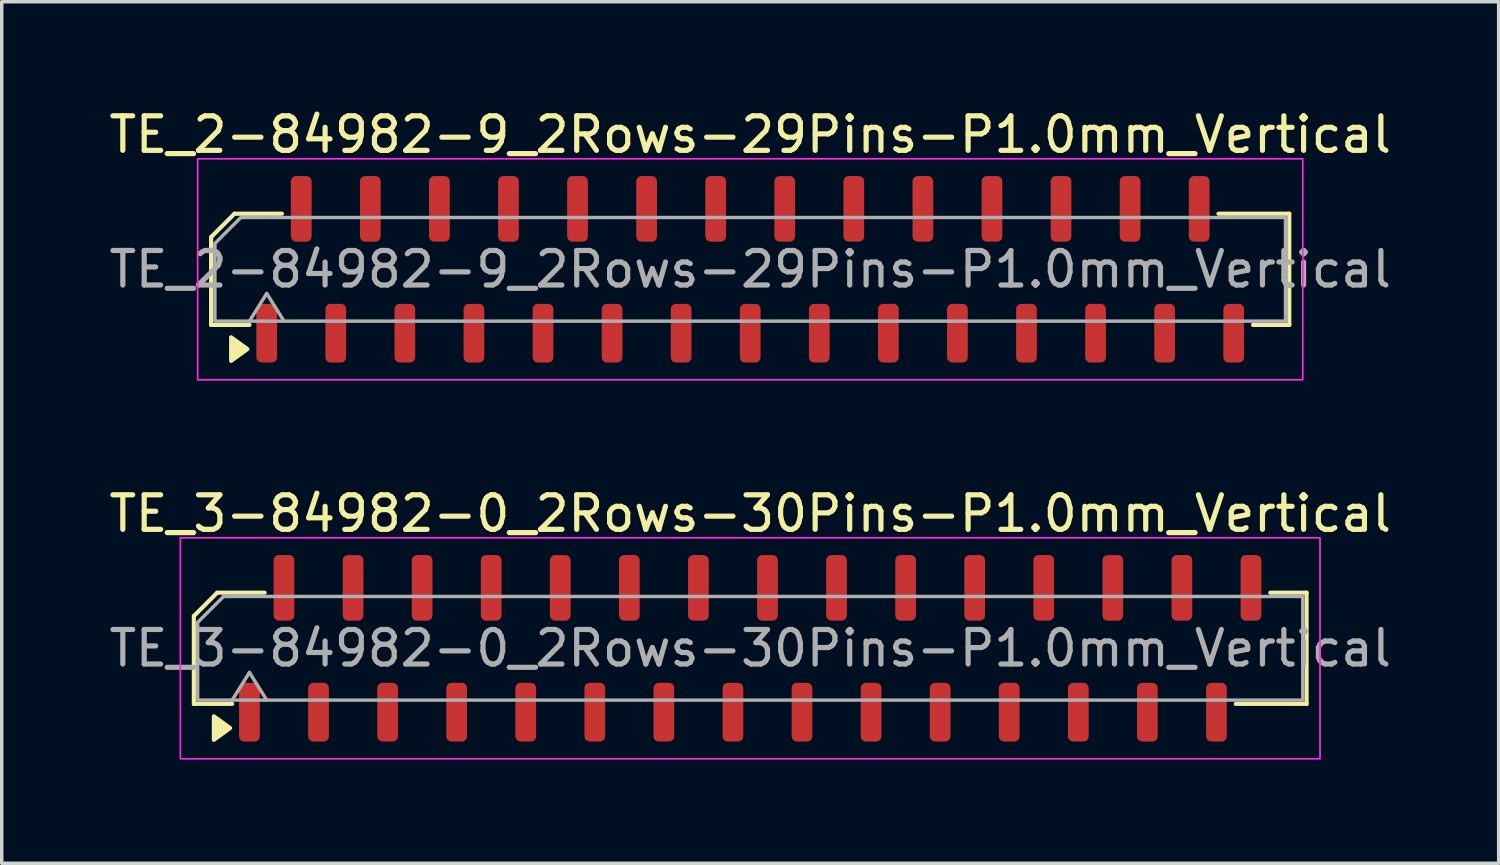
<source format=kicad_pcb>
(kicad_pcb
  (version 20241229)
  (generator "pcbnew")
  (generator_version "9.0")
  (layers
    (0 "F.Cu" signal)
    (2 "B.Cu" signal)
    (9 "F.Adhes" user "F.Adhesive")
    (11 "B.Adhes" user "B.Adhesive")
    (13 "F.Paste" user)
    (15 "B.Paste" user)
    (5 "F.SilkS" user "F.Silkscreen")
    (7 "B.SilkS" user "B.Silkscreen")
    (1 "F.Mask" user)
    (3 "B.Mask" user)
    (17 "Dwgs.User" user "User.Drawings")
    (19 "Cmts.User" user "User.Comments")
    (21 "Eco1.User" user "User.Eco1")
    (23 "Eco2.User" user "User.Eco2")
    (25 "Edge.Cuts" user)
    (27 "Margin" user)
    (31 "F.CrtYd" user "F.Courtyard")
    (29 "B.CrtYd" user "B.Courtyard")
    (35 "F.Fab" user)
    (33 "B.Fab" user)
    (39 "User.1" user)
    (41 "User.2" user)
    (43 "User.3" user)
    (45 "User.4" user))
  (footprint "TE_3-84982-0_2Rows-30Pins-P1.0mm_Vertical"
    (layer "F.Cu")
    (at 18.673 15.722)
    (property "Reference" "TE_3-84982-0_2Rows-30Pins-P1.0mm_Vertical" (at 0 -3.9 0) (layer "F.SilkS") (effects (font (size 1 1) (thickness 0.15))))
    (attr smd)
    (fp_line (start -16.11 -0.934) (end -16.11 1.61) (stroke (width 0.12) (type solid)) (layer "F.SilkS"))
    (fp_line (start -16.11 1.61) (end -15 1.61) (stroke (width 0.12) (type solid)) (layer "F.SilkS"))
    (fp_line (start -15.434 -1.61) (end -16.11 -0.934) (stroke (width 0.12) (type solid)) (layer "F.SilkS"))
    (fp_line (start -14.06 -1.61) (end -15.434 -1.61) (stroke (width 0.12) (type solid)) (layer "F.SilkS"))
    (fp_line (start 14.06 1.61) (end 16.11 1.61) (stroke (width 0.12) (type solid)) (layer "F.SilkS"))
    (fp_line (start 16.11 -1.61) (end 15.06 -1.61) (stroke (width 0.12) (type solid)) (layer "F.SilkS"))
    (fp_line (start 16.11 1.61) (end 16.11 -1.61) (stroke (width 0.12) (type solid)) (layer "F.SilkS"))
    (fp_poly (pts (xy -15.06 2.31) (xy -15.53 2.65) (xy -15.53 1.97)) (stroke (width 0.12) (type solid)) (fill yes) (layer "F.SilkS"))
    (fp_rect (start -16.5 3.2) (end 16.5 -3.2) (stroke (width 0.05) (type solid)) (fill no) (layer "F.CrtYd"))
    (fp_line (start -15 1.5) (end -14.5 0.7) (stroke (width 0.1) (type solid)) (layer "F.Fab"))
    (fp_line (start -14.5 0.7) (end -14 1.5) (stroke (width 0.1) (type solid)) (layer "F.Fab"))
    (fp_poly (pts (xy -16 -0.75) (xy -16 1.5) (xy 16 1.5) (xy 16 -1.5) (xy -15.25 -1.5)) (stroke (width 0.1) (type solid)) (fill no) (layer "F.Fab"))
    (fp_text user "${REFERENCE}" (at 0 0 0) (layer "F.Fab") (effects (font (size 1 1) (thickness 0.15))))
    (pad "1" smd roundrect (at -14.5 1.85) (size 0.6 1.7) (layers "F.Cu" "F.Mask" "F.Paste") (roundrect_rratio 0.25))
    (pad "2" smd roundrect (at -13.5 -1.75) (size 0.6 1.9) (layers "F.Cu" "F.Mask" "F.Paste") (roundrect_rratio 0.25))
    (pad "3" smd roundrect (at -12.5 1.85) (size 0.6 1.7) (layers "F.Cu" "F.Mask" "F.Paste") (roundrect_rratio 0.25))
    (pad "4" smd roundrect (at -11.5 -1.75) (size 0.6 1.9) (layers "F.Cu" "F.Mask" "F.Paste") (roundrect_rratio 0.25))
    (pad "5" smd roundrect (at -10.5 1.85) (size 0.6 1.7) (layers "F.Cu" "F.Mask" "F.Paste") (roundrect_rratio 0.25))
    (pad "6" smd roundrect (at -9.5 -1.75) (size 0.6 1.9) (layers "F.Cu" "F.Mask" "F.Paste") (roundrect_rratio 0.25))
    (pad "7" smd roundrect (at -8.5 1.85) (size 0.6 1.7) (layers "F.Cu" "F.Mask" "F.Paste") (roundrect_rratio 0.25))
    (pad "8" smd roundrect (at -7.5 -1.75) (size 0.6 1.9) (layers "F.Cu" "F.Mask" "F.Paste") (roundrect_rratio 0.25))
    (pad "9" smd roundrect (at -6.5 1.85) (size 0.6 1.7) (layers "F.Cu" "F.Mask" "F.Paste") (roundrect_rratio 0.25))
    (pad "10" smd roundrect (at -5.5 -1.75) (size 0.6 1.9) (layers "F.Cu" "F.Mask" "F.Paste") (roundrect_rratio 0.25))
    (pad "11" smd roundrect (at -4.5 1.85) (size 0.6 1.7) (layers "F.Cu" "F.Mask" "F.Paste") (roundrect_rratio 0.25))
    (pad "12" smd roundrect (at -3.5 -1.75) (size 0.6 1.9) (layers "F.Cu" "F.Mask" "F.Paste") (roundrect_rratio 0.25))
    (pad "13" smd roundrect (at -2.5 1.85) (size 0.6 1.7) (layers "F.Cu" "F.Mask" "F.Paste") (roundrect_rratio 0.25))
    (pad "14" smd roundrect (at -1.5 -1.75) (size 0.6 1.9) (layers "F.Cu" "F.Mask" "F.Paste") (roundrect_rratio 0.25))
    (pad "15" smd roundrect (at -0.5 1.85) (size 0.6 1.7) (layers "F.Cu" "F.Mask" "F.Paste") (roundrect_rratio 0.25))
    (pad "16" smd roundrect (at 0.5 -1.75) (size 0.6 1.9) (layers "F.Cu" "F.Mask" "F.Paste") (roundrect_rratio 0.25))
    (pad "17" smd roundrect (at 1.5 1.85) (size 0.6 1.7) (layers "F.Cu" "F.Mask" "F.Paste") (roundrect_rratio 0.25))
    (pad "18" smd roundrect (at 2.5 -1.75) (size 0.6 1.9) (layers "F.Cu" "F.Mask" "F.Paste") (roundrect_rratio 0.25))
    (pad "19" smd roundrect (at 3.5 1.85) (size 0.6 1.7) (layers "F.Cu" "F.Mask" "F.Paste") (roundrect_rratio 0.25))
    (pad "20" smd roundrect (at 4.5 -1.75) (size 0.6 1.9) (layers "F.Cu" "F.Mask" "F.Paste") (roundrect_rratio 0.25))
    (pad "21" smd roundrect (at 5.5 1.85) (size 0.6 1.7) (layers "F.Cu" "F.Mask" "F.Paste") (roundrect_rratio 0.25))
    (pad "22" smd roundrect (at 6.5 -1.75) (size 0.6 1.9) (layers "F.Cu" "F.Mask" "F.Paste") (roundrect_rratio 0.25))
    (pad "23" smd roundrect (at 7.5 1.85) (size 0.6 1.7) (layers "F.Cu" "F.Mask" "F.Paste") (roundrect_rratio 0.25))
    (pad "24" smd roundrect (at 8.5 -1.75) (size 0.6 1.9) (layers "F.Cu" "F.Mask" "F.Paste") (roundrect_rratio 0.25))
    (pad "25" smd roundrect (at 9.5 1.85) (size 0.6 1.7) (layers "F.Cu" "F.Mask" "F.Paste") (roundrect_rratio 0.25))
    (pad "26" smd roundrect (at 10.5 -1.75) (size 0.6 1.9) (layers "F.Cu" "F.Mask" "F.Paste") (roundrect_rratio 0.25))
    (pad "27" smd roundrect (at 11.5 1.85) (size 0.6 1.7) (layers "F.Cu" "F.Mask" "F.Paste") (roundrect_rratio 0.25))
    (pad "28" smd roundrect (at 12.5 -1.75) (size 0.6 1.9) (layers "F.Cu" "F.Mask" "F.Paste") (roundrect_rratio 0.25))
    (pad "29" smd roundrect (at 13.5 1.85) (size 0.6 1.7) (layers "F.Cu" "F.Mask" "F.Paste") (roundrect_rratio 0.25))
    (pad "30" smd roundrect (at 14.5 -1.75) (size 0.6 1.9) (layers "F.Cu" "F.Mask" "F.Paste") (roundrect_rratio 0.25)))
  (footprint "TE_2-84982-9_2Rows-29Pins-P1.0mm_Vertical"
    (layer "F.Cu")
    (at 18.673 4.748)
    (property "Reference" "TE_2-84982-9_2Rows-29Pins-P1.0mm_Vertical" (at 0 -3.9 0) (layer "F.SilkS") (effects (font (size 1 1) (thickness 0.15))))
    (attr smd)
    (fp_line (start -15.61 -0.934) (end -15.61 1.61) (stroke (width 0.12) (type solid)) (layer "F.SilkS"))
    (fp_line (start -15.61 1.61) (end -14.5 1.61) (stroke (width 0.12) (type solid)) (layer "F.SilkS"))
    (fp_line (start -14.934 -1.61) (end -15.61 -0.934) (stroke (width 0.12) (type solid)) (layer "F.SilkS"))
    (fp_line (start -13.56 -1.61) (end -14.934 -1.61) (stroke (width 0.12) (type solid)) (layer "F.SilkS"))
    (fp_line (start 14.56 1.61) (end 15.61 1.61) (stroke (width 0.12) (type solid)) (layer "F.SilkS"))
    (fp_line (start 15.61 -1.61) (end 13.56 -1.61) (stroke (width 0.12) (type solid)) (layer "F.SilkS"))
    (fp_line (start 15.61 1.61) (end 15.61 -1.61) (stroke (width 0.12) (type solid)) (layer "F.SilkS"))
    (fp_poly (pts (xy -14.56 2.31) (xy -15.03 2.65) (xy -15.03 1.97)) (stroke (width 0.12) (type solid)) (fill yes) (layer "F.SilkS"))
    (fp_rect (start -16 3.2) (end 16 -3.2) (stroke (width 0.05) (type solid)) (fill no) (layer "F.CrtYd"))
    (fp_line (start -14.5 1.5) (end -14 0.7) (stroke (width 0.1) (type solid)) (layer "F.Fab"))
    (fp_line (start -14 0.7) (end -13.5 1.5) (stroke (width 0.1) (type solid)) (layer "F.Fab"))
    (fp_poly (pts (xy -15.5 -0.75) (xy -15.5 1.5) (xy 15.5 1.5) (xy 15.5 -1.5) (xy -14.75 -1.5)) (stroke (width 0.1) (type solid)) (fill no) (layer "F.Fab"))
    (fp_text user "${REFERENCE}" (at 0 0 0) (layer "F.Fab") (effects (font (size 1 1) (thickness 0.15))))
    (pad "1" smd roundrect (at -14 1.85) (size 0.6 1.7) (layers "F.Cu" "F.Mask" "F.Paste") (roundrect_rratio 0.25))
    (pad "2" smd roundrect (at -13 -1.75) (size 0.6 1.9) (layers "F.Cu" "F.Mask" "F.Paste") (roundrect_rratio 0.25))
    (pad "3" smd roundrect (at -12 1.85) (size 0.6 1.7) (layers "F.Cu" "F.Mask" "F.Paste") (roundrect_rratio 0.25))
    (pad "4" smd roundrect (at -11 -1.75) (size 0.6 1.9) (layers "F.Cu" "F.Mask" "F.Paste") (roundrect_rratio 0.25))
    (pad "5" smd roundrect (at -10 1.85) (size 0.6 1.7) (layers "F.Cu" "F.Mask" "F.Paste") (roundrect_rratio 0.25))
    (pad "6" smd roundrect (at -9 -1.75) (size 0.6 1.9) (layers "F.Cu" "F.Mask" "F.Paste") (roundrect_rratio 0.25))
    (pad "7" smd roundrect (at -8 1.85) (size 0.6 1.7) (layers "F.Cu" "F.Mask" "F.Paste") (roundrect_rratio 0.25))
    (pad "8" smd roundrect (at -7 -1.75) (size 0.6 1.9) (layers "F.Cu" "F.Mask" "F.Paste") (roundrect_rratio 0.25))
    (pad "9" smd roundrect (at -6 1.85) (size 0.6 1.7) (layers "F.Cu" "F.Mask" "F.Paste") (roundrect_rratio 0.25))
    (pad "10" smd roundrect (at -5 -1.75) (size 0.6 1.9) (layers "F.Cu" "F.Mask" "F.Paste") (roundrect_rratio 0.25))
    (pad "11" smd roundrect (at -4 1.85) (size 0.6 1.7) (layers "F.Cu" "F.Mask" "F.Paste") (roundrect_rratio 0.25))
    (pad "12" smd roundrect (at -3 -1.75) (size 0.6 1.9) (layers "F.Cu" "F.Mask" "F.Paste") (roundrect_rratio 0.25))
    (pad "13" smd roundrect (at -2 1.85) (size 0.6 1.7) (layers "F.Cu" "F.Mask" "F.Paste") (roundrect_rratio 0.25))
    (pad "14" smd roundrect (at -1 -1.75) (size 0.6 1.9) (layers "F.Cu" "F.Mask" "F.Paste") (roundrect_rratio 0.25))
    (pad "15" smd roundrect (at 0 1.85) (size 0.6 1.7) (layers "F.Cu" "F.Mask" "F.Paste") (roundrect_rratio 0.25))
    (pad "16" smd roundrect (at 1 -1.75) (size 0.6 1.9) (layers "F.Cu" "F.Mask" "F.Paste") (roundrect_rratio 0.25))
    (pad "17" smd roundrect (at 2 1.85) (size 0.6 1.7) (layers "F.Cu" "F.Mask" "F.Paste") (roundrect_rratio 0.25))
    (pad "18" smd roundrect (at 3 -1.75) (size 0.6 1.9) (layers "F.Cu" "F.Mask" "F.Paste") (roundrect_rratio 0.25))
    (pad "19" smd roundrect (at 4 1.85) (size 0.6 1.7) (layers "F.Cu" "F.Mask" "F.Paste") (roundrect_rratio 0.25))
    (pad "20" smd roundrect (at 5 -1.75) (size 0.6 1.9) (layers "F.Cu" "F.Mask" "F.Paste") (roundrect_rratio 0.25))
    (pad "21" smd roundrect (at 6 1.85) (size 0.6 1.7) (layers "F.Cu" "F.Mask" "F.Paste") (roundrect_rratio 0.25))
    (pad "22" smd roundrect (at 7 -1.75) (size 0.6 1.9) (layers "F.Cu" "F.Mask" "F.Paste") (roundrect_rratio 0.25))
    (pad "23" smd roundrect (at 8 1.85) (size 0.6 1.7) (layers "F.Cu" "F.Mask" "F.Paste") (roundrect_rratio 0.25))
    (pad "24" smd roundrect (at 9 -1.75) (size 0.6 1.9) (layers "F.Cu" "F.Mask" "F.Paste") (roundrect_rratio 0.25))
    (pad "25" smd roundrect (at 10 1.85) (size 0.6 1.7) (layers "F.Cu" "F.Mask" "F.Paste") (roundrect_rratio 0.25))
    (pad "26" smd roundrect (at 11 -1.75) (size 0.6 1.9) (layers "F.Cu" "F.Mask" "F.Paste") (roundrect_rratio 0.25))
    (pad "27" smd roundrect (at 12 1.85) (size 0.6 1.7) (layers "F.Cu" "F.Mask" "F.Paste") (roundrect_rratio 0.25))
    (pad "28" smd roundrect (at 13 -1.75) (size 0.6 1.9) (layers "F.Cu" "F.Mask" "F.Paste") (roundrect_rratio 0.25))
    (pad "29" smd roundrect (at 14 1.85) (size 0.6 1.7) (layers "F.Cu" "F.Mask" "F.Paste") (roundrect_rratio 0.25)))
  (gr_rect
    (start -3 -3)
    (end 40.345 21.947)
    (stroke (width 0.1) (type default))
    (fill no)
    (layer "Edge.Cuts")))
</source>
